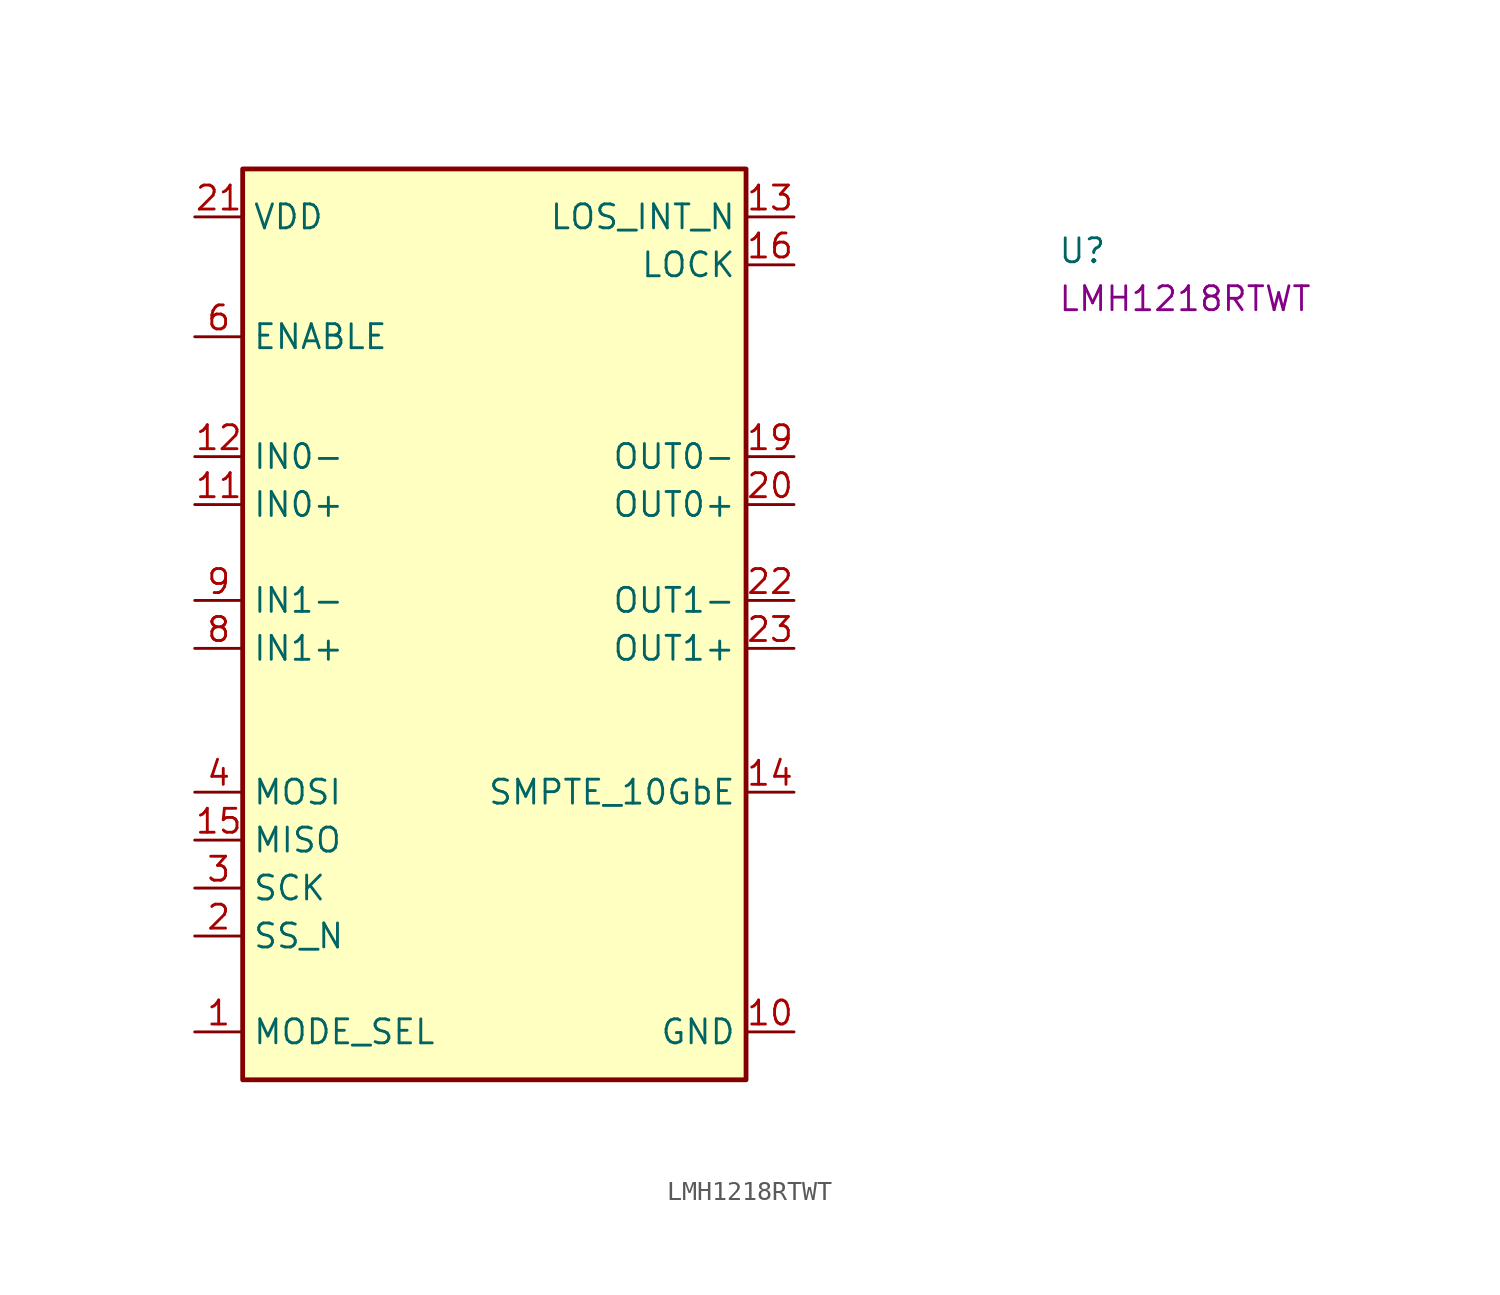
<source format=kicad_sym>
(kicad_symbol_lib
  (version 20220914)
  (generator kicad_symbol_editor)
  (symbol "LMH1218RTWT"
    (property "Reference" "U"
      (at 45.72 -2.54 0)
      (effects (font (size 1.27 1.27) (thickness 0.15)) (justify left bottom)))
    (property "MPN" "LMH1218RTWT"
      (at 45.72 -5.08 0)
      (effects (font (size 1.27 1.27) (thickness 0.15)) (justify left bottom)))
    (symbol "LMH1218RTWT_1_1"
      (rectangle (start 2.54 2.54) (end 29.21 -45.72) (stroke (width 0.254) (type default)) (fill (type background)))
      (pin input line (at 0 -43.18 0) (length 2.54) (name "MODE_SEL" (effects (font (size 1.27 1.27)))) (number "1" (effects (font (size 1.27 1.27)))))
      (pin power_in line (at 31.75 -43.18 180) (length 2.54) (name "GND" (effects (font (size 1.27 1.27)))) (number "10" (effects (font (size 1.27 1.27)))))
      (pin input line (at 0 -15.24 0) (length 2.54) (name "IN0+" (effects (font (size 1.27 1.27)))) (number "11" (effects (font (size 1.27 1.27)))))
      (pin input line (at 0 -12.7 0) (length 2.54) (name "IN0-" (effects (font (size 1.27 1.27)))) (number "12" (effects (font (size 1.27 1.27)))))
      (pin output line (at 31.75 0 180) (length 2.54) (name "LOS_INT_N" (effects (font (size 1.27 1.27)))) (number "13" (effects (font (size 1.27 1.27)))))
      (pin passive line (at 31.75 -30.48 180) (length 2.54) (name "SMPTE_10GbE" (effects (font (size 1.27 1.27)))) (number "14" (effects (font (size 1.27 1.27)))))
      (pin bidirectional line (at 0 -33.02 0) (length 2.54) (name "MISO" (effects (font (size 1.27 1.27)))) (number "15" (effects (font (size 1.27 1.27)))) (alternate "ADDR1" passive line))
      (pin output line (at 31.75 -2.54 180) (length 2.54) (name "LOCK" (effects (font (size 1.27 1.27)))) (number "16" (effects (font (size 1.27 1.27)))))
      (pin no_connect line (at 29.21 -40.64 180) (length 2.54) hide (name "NC" (effects (font (size 1.27 1.27)))) (number "17" (effects (font (size 1.27 1.27)))))
      (pin no_connect line (at 29.21 -40.64 180) (length 2.54) hide (name "NC" (effects (font (size 1.27 1.27)))) (number "18" (effects (font (size 1.27 1.27)))))
      (pin output line (at 31.75 -12.7 180) (length 2.54) (name "OUT0-" (effects (font (size 1.27 1.27)))) (number "19" (effects (font (size 1.27 1.27)))))
      (pin input line (at 0 -38.1 0) (length 2.54) (name "SS_N" (effects (font (size 1.27 1.27)))) (number "2" (effects (font (size 1.27 1.27)))) (alternate "ADDR0" passive line))
      (pin output line (at 31.75 -15.24 180) (length 2.54) (name "OUT0+" (effects (font (size 1.27 1.27)))) (number "20" (effects (font (size 1.27 1.27)))))
      (pin power_in line (at 0 0 0) (length 2.54) (name "VDD" (effects (font (size 1.27 1.27)))) (number "21" (effects (font (size 1.27 1.27)))))
      (pin output line (at 31.75 -20.32 180) (length 2.54) (name "OUT1-" (effects (font (size 1.27 1.27)))) (number "22" (effects (font (size 1.27 1.27)))))
      (pin output line (at 31.75 -22.86 180) (length 2.54) (name "OUT1+" (effects (font (size 1.27 1.27)))) (number "23" (effects (font (size 1.27 1.27)))))
      (pin passive line (at 31.75 -43.18 180) (length 2.54) hide (name "GND" (effects (font (size 1.27 1.27)))) (number "24" (effects (font (size 1.27 1.27)))))
      (pin passive line (at 31.75 -43.18 180) (length 2.54) hide (name "GND" (effects (font (size 1.27 1.27)))) (number "25" (effects (font (size 1.27 1.27)))))
      (pin input line (at 0 -35.56 0) (length 2.54) (name "SCK" (effects (font (size 1.27 1.27)))) (number "3" (effects (font (size 1.27 1.27)))) (alternate "SCL" passive line))
      (pin bidirectional line (at 0 -30.48 0) (length 2.54) (name "MOSI" (effects (font (size 1.27 1.27)))) (number "4" (effects (font (size 1.27 1.27)))) (alternate "SDA" passive line))
      (pin no_connect line (at 29.21 -40.64 180) (length 2.54) hide (name "NC" (effects (font (size 1.27 1.27)))) (number "5" (effects (font (size 1.27 1.27)))))
      (pin input line (at 0 -6.35 0) (length 2.54) (name "ENABLE" (effects (font (size 1.27 1.27)))) (number "6" (effects (font (size 1.27 1.27)))))
      (pin passive line (at 0 0 0) (length 2.54) hide (name "VDD" (effects (font (size 1.27 1.27)))) (number "7" (effects (font (size 1.27 1.27)))))
      (pin input line (at 0 -22.86 0) (length 2.54) (name "IN1+" (effects (font (size 1.27 1.27)))) (number "8" (effects (font (size 1.27 1.27)))))
      (pin input line (at 0 -20.32 0) (length 2.54) (name "IN1-" (effects (font (size 1.27 1.27)))) (number "9" (effects (font (size 1.27 1.27))))))))
</source>
